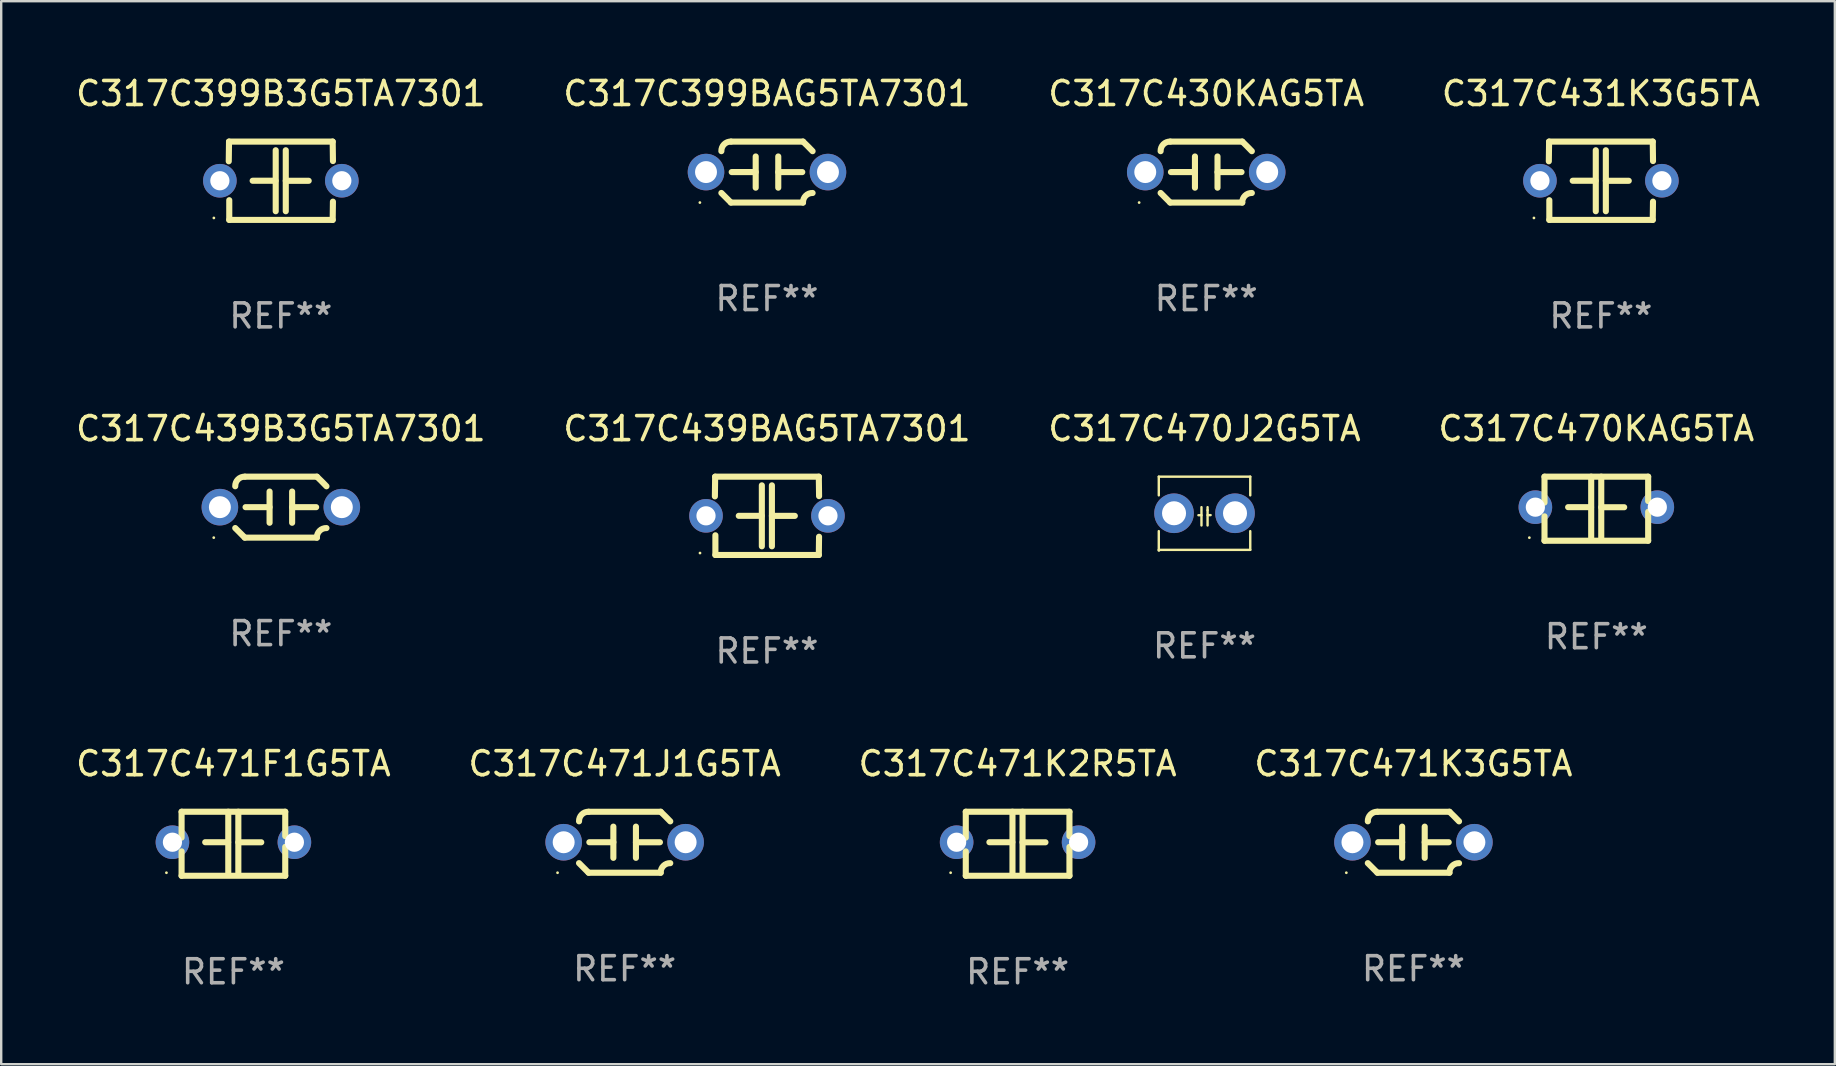
<source format=kicad_pcb>
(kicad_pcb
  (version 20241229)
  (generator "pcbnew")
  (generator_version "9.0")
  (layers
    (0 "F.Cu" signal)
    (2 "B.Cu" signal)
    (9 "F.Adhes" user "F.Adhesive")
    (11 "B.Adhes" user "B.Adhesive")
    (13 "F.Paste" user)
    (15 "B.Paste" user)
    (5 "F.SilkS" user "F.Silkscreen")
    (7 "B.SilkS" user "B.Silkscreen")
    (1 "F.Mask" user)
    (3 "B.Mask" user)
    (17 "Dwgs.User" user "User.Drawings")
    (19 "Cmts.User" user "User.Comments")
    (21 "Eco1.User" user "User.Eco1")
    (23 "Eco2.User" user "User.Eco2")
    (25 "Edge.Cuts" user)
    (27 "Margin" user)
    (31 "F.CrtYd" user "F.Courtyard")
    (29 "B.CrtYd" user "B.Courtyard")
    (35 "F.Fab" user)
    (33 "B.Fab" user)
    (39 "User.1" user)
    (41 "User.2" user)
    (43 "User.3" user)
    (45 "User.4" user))
  (footprint "C317C471J1G5TA"
    (layer "F.Cu")
    (at 22.97 32.034)
    (property "Reference" "C317C471J1G5TA" (at 0 -3.27 0) (layer "F.SilkS") (effects (font (size 1 1) (thickness 0.15))))
    (attr through_hole)
    (fp_line (start -1.5 -1.27) (end 1.5 -1.27) (stroke (width 0.254) (type solid)) (layer "F.SilkS"))
    (fp_line (start -0.47 -0.65) (end -0.47 0.65) (stroke (width 0.254) (type solid)) (layer "F.SilkS"))
    (fp_line (start -0.47 -0.000381) (end -1.47 -0.000381) (stroke (width 0.254) (type solid)) (layer "F.SilkS"))
    (fp_line (start 0.47 0.000356) (end 1.47 0.000356) (stroke (width 0.254) (type solid)) (layer "F.SilkS"))
    (fp_line (start 0.47 0.65) (end 0.47 -0.65) (stroke (width 0.254) (type solid)) (layer "F.SilkS"))
    (fp_line (start 1.5 1.27) (end -1.5 1.27) (stroke (width 0.254) (type solid)) (layer "F.SilkS"))
    (fp_arc (start -1.899924 -0.871221) (mid -1.78599 -1.156887) (end -1.5 -1.270003) (stroke (width 0.254001) (type solid)) (layer "F.SilkS"))
    (fp_arc (start -1.501217 1.269929) (mid -1.700682 1.070039) (end -1.9 0.870003) (stroke (width 0.254001) (type solid)) (layer "F.SilkS"))
    (fp_arc (start 1.5 1.270003) (mid 1.614112 0.984517) (end 1.899923 0.871222) (stroke (width 0.254001) (type solid)) (layer "F.SilkS"))
    (fp_arc (start 1.501219 -1.269927) (mid 1.70319 -1.072538) (end 1.9 -0.870003) (stroke (width 0.254001) (type solid)) (layer "F.SilkS"))
    (fp_circle (center -2.795 1.27) (end -2.765 1.27) (stroke (width 0.06) (type solid)) (fill no) (layer "F.SilkS"))
    (fp_text user "REF**" (at 0 5.27 0) (layer "F.Fab") (effects (font (size 1 1) (thickness 0.15))))
    (pad "1" thru_hole circle (at -2.54 0) (size 1.524 1.524) (drill 0.914) (layers "*.Cu" "*.Mask"))
    (pad "2" thru_hole circle (at 2.54 0) (size 1.524 1.524) (drill 0.914) (layers "*.Cu" "*.Mask")))
  (footprint "C317C399BAG5TA7301"
    (layer "F.Cu")
    (at 28.899 4.118)
    (property "Reference" "C317C399BAG5TA7301" (at 0 -3.27 0) (layer "F.SilkS") (effects (font (size 1 1) (thickness 0.15))))
    (attr through_hole)
    (fp_line (start -1.5 -1.27) (end 1.5 -1.27) (stroke (width 0.254) (type solid)) (layer "F.SilkS"))
    (fp_line (start -0.47 -0.65) (end -0.47 0.65) (stroke (width 0.254) (type solid)) (layer "F.SilkS"))
    (fp_line (start -0.47 -0.000381) (end -1.47 -0.000381) (stroke (width 0.254) (type solid)) (layer "F.SilkS"))
    (fp_line (start 0.47 0.000356) (end 1.47 0.000356) (stroke (width 0.254) (type solid)) (layer "F.SilkS"))
    (fp_line (start 0.47 0.65) (end 0.47 -0.65) (stroke (width 0.254) (type solid)) (layer "F.SilkS"))
    (fp_line (start 1.5 1.27) (end -1.5 1.27) (stroke (width 0.254) (type solid)) (layer "F.SilkS"))
    (fp_arc (start -1.899924 -0.871221) (mid -1.78599 -1.156887) (end -1.5 -1.270003) (stroke (width 0.254001) (type solid)) (layer "F.SilkS"))
    (fp_arc (start -1.501217 1.269929) (mid -1.700682 1.070039) (end -1.9 0.870003) (stroke (width 0.254001) (type solid)) (layer "F.SilkS"))
    (fp_arc (start 1.5 1.270003) (mid 1.614112 0.984517) (end 1.899923 0.871222) (stroke (width 0.254001) (type solid)) (layer "F.SilkS"))
    (fp_arc (start 1.501219 -1.269927) (mid 1.70319 -1.072538) (end 1.9 -0.870003) (stroke (width 0.254001) (type solid)) (layer "F.SilkS"))
    (fp_circle (center -2.795 1.27) (end -2.765 1.27) (stroke (width 0.06) (type solid)) (fill no) (layer "F.SilkS"))
    (fp_text user "REF**" (at 0 5.27 0) (layer "F.Fab") (effects (font (size 1 1) (thickness 0.15))))
    (pad "1" thru_hole circle (at -2.54 0) (size 1.524 1.524) (drill 0.914) (layers "*.Cu" "*.Mask"))
    (pad "2" thru_hole circle (at 2.54 0) (size 1.524 1.524) (drill 0.914) (layers "*.Cu" "*.Mask")))
  (footprint "C317C470J2G5TA"
    (layer "F.Cu")
    (at 47.125 18.33)
    (property "Reference" "C317C470J2G5TA" (at 0 -3.524 0) (layer "F.SilkS") (effects (font (size 1 1) (thickness 0.15))))
    (attr through_hole)
    (fp_line (start -1.905 -1.524) (end -1.905 -0.745) (stroke (width 0.1) (type solid)) (layer "F.SilkS"))
    (fp_line (start -1.905 0.745) (end -1.905 1.524) (stroke (width 0.1) (type solid)) (layer "F.SilkS"))
    (fp_line (start -1.905 1.524) (end 1.905 1.524) (stroke (width 0.1) (type solid)) (layer "F.SilkS"))
    (fp_line (start -0.127 -0.254) (end -0.127 0.508) (stroke (width 0.1) (type solid)) (layer "F.SilkS"))
    (fp_line (start -0.127 0.082) (end -0.254 0.082) (stroke (width 0.1) (type solid)) (layer "F.SilkS"))
    (fp_line (start 0.127 -0.127) (end 0.127 -0.254) (stroke (width 0.1) (type solid)) (layer "F.SilkS"))
    (fp_line (start 0.127 -0.127) (end 0.127 0.508) (stroke (width 0.1) (type solid)) (layer "F.SilkS"))
    (fp_line (start 0.127 0.077) (end 0.254 0.077) (stroke (width 0.1) (type solid)) (layer "F.SilkS"))
    (fp_line (start 1.905 -1.524) (end -1.905 -1.524) (stroke (width 0.1) (type solid)) (layer "F.SilkS"))
    (fp_line (start 1.905 -0.745) (end 1.905 -1.524) (stroke (width 0.1) (type solid)) (layer "F.SilkS"))
    (fp_line (start 1.905 1.524) (end 1.905 0.745) (stroke (width 0.1) (type solid)) (layer "F.SilkS"))
    (fp_circle (center -1.9 1.55) (end -1.87 1.55) (stroke (width 0.06) (type solid)) (fill no) (layer "F.SilkS"))
    (fp_text user "REF**" (at 0 5.524 0) (layer "F.Fab") (effects (font (size 1 1) (thickness 0.15))))
    (pad "1" thru_hole circle (at -1.27 0) (size 1.65 1.65) (drill 1) (layers "*.Cu" "*.Mask"))
    (pad "2" thru_hole circle (at 1.27 0) (size 1.65 1.65) (drill 1) (layers "*.Cu" "*.Mask")))
  (footprint "C317C471F1G5TA"
    (layer "F.Cu")
    (at 6.673 32.097)
    (property "Reference" "C317C471F1G5TA" (at 0 -3.334 0) (layer "F.SilkS") (effects (font (size 1 1) (thickness 0.15))))
    (attr through_hole)
    (fp_line (start -2.159 -1.334) (end 2.159 -1.334) (stroke (width 0.254) (type solid)) (layer "F.SilkS"))
    (fp_line (start -2.159 -0.256) (end -2.159 -1.334) (stroke (width 0.254) (type solid)) (layer "F.SilkS"))
    (fp_line (start -2.159 1.334) (end -2.159 0.318) (stroke (width 0.254) (type solid)) (layer "F.SilkS"))
    (fp_line (start -0.22 -0.064) (end -1.175 -0.064) (stroke (width 0.254) (type solid)) (layer "F.SilkS"))
    (fp_line (start -0.214 -1.334) (end -0.214 1.207) (stroke (width 0.254) (type solid)) (layer "F.SilkS"))
    (fp_line (start 0.205 -1.334) (end 0.205 1.207) (stroke (width 0.254) (type solid)) (layer "F.SilkS"))
    (fp_line (start 0.205 -0.061) (end 1.16 -0.061) (stroke (width 0.254) (type solid)) (layer "F.SilkS"))
    (fp_line (start 2.159 -1.334) (end 2.159 -0.318) (stroke (width 0.254) (type solid)) (layer "F.SilkS"))
    (fp_line (start 2.159 0.129) (end 2.159 1.334) (stroke (width 0.254) (type solid)) (layer "F.SilkS"))
    (fp_line (start 2.159 1.334) (end -2.159 1.334) (stroke (width 0.254) (type solid)) (layer "F.SilkS"))
    (fp_circle (center -2.79 1.207) (end -2.76 1.207) (stroke (width 0.06) (type solid)) (fill no) (layer "F.SilkS"))
    (fp_text user "REF**" (at 0 5.334 0) (layer "F.Fab") (effects (font (size 1 1) (thickness 0.15))))
    (pad "1" thru_hole circle (at -2.54 -0.064) (size 1.4 1.4) (drill 0.8) (layers "*.Cu" "*.Mask"))
    (pad "2" thru_hole circle (at 2.54 -0.064) (size 1.4 1.4) (drill 0.8) (layers "*.Cu" "*.Mask")))
  (footprint "C317C430KAG5TA"
    (layer "F.Cu")
    (at 47.196 4.118)
    (property "Reference" "C317C430KAG5TA" (at 0 -3.27 0) (layer "F.SilkS") (effects (font (size 1 1) (thickness 0.15))))
    (attr through_hole)
    (fp_line (start -1.5 -1.27) (end 1.5 -1.27) (stroke (width 0.254) (type solid)) (layer "F.SilkS"))
    (fp_line (start -0.47 -0.65) (end -0.47 0.65) (stroke (width 0.254) (type solid)) (layer "F.SilkS"))
    (fp_line (start -0.47 -0.000381) (end -1.47 -0.000381) (stroke (width 0.254) (type solid)) (layer "F.SilkS"))
    (fp_line (start 0.47 0.000356) (end 1.47 0.000356) (stroke (width 0.254) (type solid)) (layer "F.SilkS"))
    (fp_line (start 0.47 0.65) (end 0.47 -0.65) (stroke (width 0.254) (type solid)) (layer "F.SilkS"))
    (fp_line (start 1.5 1.27) (end -1.5 1.27) (stroke (width 0.254) (type solid)) (layer "F.SilkS"))
    (fp_arc (start -1.899924 -0.871221) (mid -1.78599 -1.156887) (end -1.5 -1.270003) (stroke (width 0.254001) (type solid)) (layer "F.SilkS"))
    (fp_arc (start -1.501217 1.269929) (mid -1.700682 1.070039) (end -1.9 0.870003) (stroke (width 0.254001) (type solid)) (layer "F.SilkS"))
    (fp_arc (start 1.5 1.270003) (mid 1.614112 0.984517) (end 1.899923 0.871222) (stroke (width 0.254001) (type solid)) (layer "F.SilkS"))
    (fp_arc (start 1.501219 -1.269927) (mid 1.70319 -1.072538) (end 1.9 -0.870003) (stroke (width 0.254001) (type solid)) (layer "F.SilkS"))
    (fp_circle (center -2.795 1.27) (end -2.765 1.27) (stroke (width 0.06) (type solid)) (fill no) (layer "F.SilkS"))
    (fp_text user "REF**" (at 0 5.27 0) (layer "F.Fab") (effects (font (size 1 1) (thickness 0.15))))
    (pad "1" thru_hole circle (at -2.54 0) (size 1.524 1.524) (drill 0.914) (layers "*.Cu" "*.Mask"))
    (pad "2" thru_hole circle (at 2.54 0) (size 1.524 1.524) (drill 0.914) (layers "*.Cu" "*.Mask")))
  (footprint "C317C471K3G5TA"
    (layer "F.Cu")
    (at 55.827 32.034)
    (property "Reference" "C317C471K3G5TA" (at 0 -3.27 0) (layer "F.SilkS") (effects (font (size 1 1) (thickness 0.15))))
    (attr through_hole)
    (fp_line (start -1.5 -1.27) (end 1.5 -1.27) (stroke (width 0.254) (type solid)) (layer "F.SilkS"))
    (fp_line (start -0.47 -0.65) (end -0.47 0.65) (stroke (width 0.254) (type solid)) (layer "F.SilkS"))
    (fp_line (start -0.47 -0.000381) (end -1.47 -0.000381) (stroke (width 0.254) (type solid)) (layer "F.SilkS"))
    (fp_line (start 0.47 0.000356) (end 1.47 0.000356) (stroke (width 0.254) (type solid)) (layer "F.SilkS"))
    (fp_line (start 0.47 0.65) (end 0.47 -0.65) (stroke (width 0.254) (type solid)) (layer "F.SilkS"))
    (fp_line (start 1.5 1.27) (end -1.5 1.27) (stroke (width 0.254) (type solid)) (layer "F.SilkS"))
    (fp_arc (start -1.899924 -0.871221) (mid -1.78599 -1.156887) (end -1.5 -1.270003) (stroke (width 0.254001) (type solid)) (layer "F.SilkS"))
    (fp_arc (start -1.501217 1.269929) (mid -1.700682 1.070039) (end -1.9 0.870003) (stroke (width 0.254001) (type solid)) (layer "F.SilkS"))
    (fp_arc (start 1.5 1.270003) (mid 1.614112 0.984517) (end 1.899923 0.871222) (stroke (width 0.254001) (type solid)) (layer "F.SilkS"))
    (fp_arc (start 1.501219 -1.269927) (mid 1.70319 -1.072538) (end 1.9 -0.870003) (stroke (width 0.254001) (type solid)) (layer "F.SilkS"))
    (fp_circle (center -2.795 1.27) (end -2.765 1.27) (stroke (width 0.06) (type solid)) (fill no) (layer "F.SilkS"))
    (fp_text user "REF**" (at 0 5.27 0) (layer "F.Fab") (effects (font (size 1 1) (thickness 0.15))))
    (pad "1" thru_hole circle (at -2.54 0) (size 1.524 1.524) (drill 0.914) (layers "*.Cu" "*.Mask"))
    (pad "2" thru_hole circle (at 2.54 0) (size 1.524 1.524) (drill 0.914) (layers "*.Cu" "*.Mask")))
  (footprint "C317C431K3G5TA"
    (layer "F.Cu")
    (at 63.637 4.479)
    (property "Reference" "C317C431K3G5TA" (at 0 -3.631 0) (layer "F.SilkS") (effects (font (size 1 1) (thickness 0.15))))
    (attr through_hole)
    (fp_line (start -2.17 -0.81) (end -2.159 -1.631) (stroke (width 0.254) (type solid)) (layer "F.SilkS"))
    (fp_line (start -2.159 -1.631) (end 2.159 -1.631) (stroke (width 0.254) (type solid)) (layer "F.SilkS"))
    (fp_line (start -2.149 1.631) (end -2.149 0.81) (stroke (width 0.254) (type solid)) (layer "F.SilkS"))
    (fp_line (start -0.22 0) (end -1.175 0) (stroke (width 0.254) (type solid)) (layer "F.SilkS"))
    (fp_line (start -0.214 -1.27) (end -0.214 1.27) (stroke (width 0.254) (type solid)) (layer "F.SilkS"))
    (fp_line (start 0.205 -1.27) (end 0.205 1.27) (stroke (width 0.254) (type solid)) (layer "F.SilkS"))
    (fp_line (start 0.205 0.002) (end 1.16 0.002) (stroke (width 0.254) (type solid)) (layer "F.SilkS"))
    (fp_line (start 2.159 -1.631) (end 2.17 -0.82) (stroke (width 0.254) (type solid)) (layer "F.SilkS"))
    (fp_line (start 2.159 1.631) (end -2.149 1.631) (stroke (width 0.254) (type solid)) (layer "F.SilkS"))
    (fp_line (start 2.169 0.871) (end 2.159 1.631) (stroke (width 0.254) (type solid)) (layer "F.SilkS"))
    (fp_circle (center -2.79 1.55) (end -2.76 1.55) (stroke (width 0.06) (type solid)) (fill no) (layer "F.SilkS"))
    (fp_text user "REF**" (at 0 5.631 0) (layer "F.Fab") (effects (font (size 1 1) (thickness 0.15))))
    (pad "1" thru_hole circle (at -2.54 0) (size 1.4 1.4) (drill 0.8) (layers "*.Cu" "*.Mask"))
    (pad "2" thru_hole circle (at 2.54 0) (size 1.4 1.4) (drill 0.8) (layers "*.Cu" "*.Mask")))
  (footprint "C317C439B3G5TA7301"
    (layer "F.Cu")
    (at 8.649 18.076)
    (property "Reference" "C317C439B3G5TA7301" (at 0 -3.27 0) (layer "F.SilkS") (effects (font (size 1 1) (thickness 0.15))))
    (attr through_hole)
    (fp_line (start -1.5 -1.27) (end 1.5 -1.27) (stroke (width 0.254) (type solid)) (layer "F.SilkS"))
    (fp_line (start -0.47 -0.65) (end -0.47 0.65) (stroke (width 0.254) (type solid)) (layer "F.SilkS"))
    (fp_line (start -0.47 -0.000381) (end -1.47 -0.000381) (stroke (width 0.254) (type solid)) (layer "F.SilkS"))
    (fp_line (start 0.47 0.000356) (end 1.47 0.000356) (stroke (width 0.254) (type solid)) (layer "F.SilkS"))
    (fp_line (start 0.47 0.65) (end 0.47 -0.65) (stroke (width 0.254) (type solid)) (layer "F.SilkS"))
    (fp_line (start 1.5 1.27) (end -1.5 1.27) (stroke (width 0.254) (type solid)) (layer "F.SilkS"))
    (fp_arc (start -1.899924 -0.871221) (mid -1.78599 -1.156887) (end -1.5 -1.270003) (stroke (width 0.254001) (type solid)) (layer "F.SilkS"))
    (fp_arc (start -1.501217 1.269929) (mid -1.700682 1.070039) (end -1.9 0.870003) (stroke (width 0.254001) (type solid)) (layer "F.SilkS"))
    (fp_arc (start 1.5 1.270003) (mid 1.614112 0.984517) (end 1.899923 0.871222) (stroke (width 0.254001) (type solid)) (layer "F.SilkS"))
    (fp_arc (start 1.501219 -1.269927) (mid 1.70319 -1.072538) (end 1.9 -0.870003) (stroke (width 0.254001) (type solid)) (layer "F.SilkS"))
    (fp_circle (center -2.795 1.27) (end -2.765 1.27) (stroke (width 0.06) (type solid)) (fill no) (layer "F.SilkS"))
    (fp_text user "REF**" (at 0 5.27 0) (layer "F.Fab") (effects (font (size 1 1) (thickness 0.15))))
    (pad "1" thru_hole circle (at -2.54 0) (size 1.524 1.524) (drill 0.914) (layers "*.Cu" "*.Mask"))
    (pad "2" thru_hole circle (at 2.54 0) (size 1.524 1.524) (drill 0.914) (layers "*.Cu" "*.Mask")))
  (footprint "C317C471K2R5TA"
    (layer "F.Cu")
    (at 39.339 32.097)
    (property "Reference" "C317C471K2R5TA" (at 0 -3.334 0) (layer "F.SilkS") (effects (font (size 1 1) (thickness 0.15))))
    (attr through_hole)
    (fp_line (start -2.159 -1.334) (end 2.159 -1.334) (stroke (width 0.254) (type solid)) (layer "F.SilkS"))
    (fp_line (start -2.159 -0.256) (end -2.159 -1.334) (stroke (width 0.254) (type solid)) (layer "F.SilkS"))
    (fp_line (start -2.159 1.334) (end -2.159 0.318) (stroke (width 0.254) (type solid)) (layer "F.SilkS"))
    (fp_line (start -0.22 -0.064) (end -1.175 -0.064) (stroke (width 0.254) (type solid)) (layer "F.SilkS"))
    (fp_line (start -0.214 -1.334) (end -0.214 1.207) (stroke (width 0.254) (type solid)) (layer "F.SilkS"))
    (fp_line (start 0.205 -1.334) (end 0.205 1.207) (stroke (width 0.254) (type solid)) (layer "F.SilkS"))
    (fp_line (start 0.205 -0.061) (end 1.16 -0.061) (stroke (width 0.254) (type solid)) (layer "F.SilkS"))
    (fp_line (start 2.159 -1.334) (end 2.159 -0.318) (stroke (width 0.254) (type solid)) (layer "F.SilkS"))
    (fp_line (start 2.159 0.129) (end 2.159 1.334) (stroke (width 0.254) (type solid)) (layer "F.SilkS"))
    (fp_line (start 2.159 1.334) (end -2.159 1.334) (stroke (width 0.254) (type solid)) (layer "F.SilkS"))
    (fp_circle (center -2.79 1.207) (end -2.76 1.207) (stroke (width 0.06) (type solid)) (fill no) (layer "F.SilkS"))
    (fp_text user "REF**" (at 0 5.334 0) (layer "F.Fab") (effects (font (size 1 1) (thickness 0.15))))
    (pad "1" thru_hole circle (at -2.54 -0.064) (size 1.4 1.4) (drill 0.8) (layers "*.Cu" "*.Mask"))
    (pad "2" thru_hole circle (at 2.54 -0.064) (size 1.4 1.4) (drill 0.8) (layers "*.Cu" "*.Mask")))
  (footprint "C317C439BAG5TA7301"
    (layer "F.Cu")
    (at 28.899 18.437)
    (property "Reference" "C317C439BAG5TA7301" (at 0 -3.631 0) (layer "F.SilkS") (effects (font (size 1 1) (thickness 0.15))))
    (attr through_hole)
    (fp_line (start -2.17 -0.81) (end -2.159 -1.631) (stroke (width 0.254) (type solid)) (layer "F.SilkS"))
    (fp_line (start -2.159 -1.631) (end 2.159 -1.631) (stroke (width 0.254) (type solid)) (layer "F.SilkS"))
    (fp_line (start -2.149 1.631) (end -2.149 0.81) (stroke (width 0.254) (type solid)) (layer "F.SilkS"))
    (fp_line (start -0.22 0) (end -1.175 0) (stroke (width 0.254) (type solid)) (layer "F.SilkS"))
    (fp_line (start -0.214 -1.27) (end -0.214 1.27) (stroke (width 0.254) (type solid)) (layer "F.SilkS"))
    (fp_line (start 0.205 -1.27) (end 0.205 1.27) (stroke (width 0.254) (type solid)) (layer "F.SilkS"))
    (fp_line (start 0.205 0.002) (end 1.16 0.002) (stroke (width 0.254) (type solid)) (layer "F.SilkS"))
    (fp_line (start 2.159 -1.631) (end 2.17 -0.82) (stroke (width 0.254) (type solid)) (layer "F.SilkS"))
    (fp_line (start 2.159 1.631) (end -2.149 1.631) (stroke (width 0.254) (type solid)) (layer "F.SilkS"))
    (fp_line (start 2.169 0.871) (end 2.159 1.631) (stroke (width 0.254) (type solid)) (layer "F.SilkS"))
    (fp_circle (center -2.79 1.55) (end -2.76 1.55) (stroke (width 0.06) (type solid)) (fill no) (layer "F.SilkS"))
    (fp_text user "REF**" (at 0 5.631 0) (layer "F.Fab") (effects (font (size 1 1) (thickness 0.15))))
    (pad "1" thru_hole circle (at -2.54 0) (size 1.4 1.4) (drill 0.8) (layers "*.Cu" "*.Mask"))
    (pad "2" thru_hole circle (at 2.54 0) (size 1.4 1.4) (drill 0.8) (layers "*.Cu" "*.Mask")))
  (footprint "C317C399B3G5TA7301"
    (layer "F.Cu")
    (at 8.649 4.479)
    (property "Reference" "C317C399B3G5TA7301" (at 0 -3.631 0) (layer "F.SilkS") (effects (font (size 1 1) (thickness 0.15))))
    (attr through_hole)
    (fp_line (start -2.17 -0.81) (end -2.159 -1.631) (stroke (width 0.254) (type solid)) (layer "F.SilkS"))
    (fp_line (start -2.159 -1.631) (end 2.159 -1.631) (stroke (width 0.254) (type solid)) (layer "F.SilkS"))
    (fp_line (start -2.149 1.631) (end -2.149 0.81) (stroke (width 0.254) (type solid)) (layer "F.SilkS"))
    (fp_line (start -0.22 0) (end -1.175 0) (stroke (width 0.254) (type solid)) (layer "F.SilkS"))
    (fp_line (start -0.214 -1.27) (end -0.214 1.27) (stroke (width 0.254) (type solid)) (layer "F.SilkS"))
    (fp_line (start 0.205 -1.27) (end 0.205 1.27) (stroke (width 0.254) (type solid)) (layer "F.SilkS"))
    (fp_line (start 0.205 0.002) (end 1.16 0.002) (stroke (width 0.254) (type solid)) (layer "F.SilkS"))
    (fp_line (start 2.159 -1.631) (end 2.17 -0.82) (stroke (width 0.254) (type solid)) (layer "F.SilkS"))
    (fp_line (start 2.159 1.631) (end -2.149 1.631) (stroke (width 0.254) (type solid)) (layer "F.SilkS"))
    (fp_line (start 2.169 0.871) (end 2.159 1.631) (stroke (width 0.254) (type solid)) (layer "F.SilkS"))
    (fp_circle (center -2.79 1.55) (end -2.76 1.55) (stroke (width 0.06) (type solid)) (fill no) (layer "F.SilkS"))
    (fp_text user "REF**" (at 0 5.631 0) (layer "F.Fab") (effects (font (size 1 1) (thickness 0.15))))
    (pad "1" thru_hole circle (at -2.54 0) (size 1.4 1.4) (drill 0.8) (layers "*.Cu" "*.Mask"))
    (pad "2" thru_hole circle (at 2.54 0) (size 1.4 1.4) (drill 0.8) (layers "*.Cu" "*.Mask")))
  (footprint "C317C470KAG5TA"
    (layer "F.Cu")
    (at 63.446 18.14)
    (property "Reference" "C317C470KAG5TA" (at 0 -3.334 0) (layer "F.SilkS") (effects (font (size 1 1) (thickness 0.15))))
    (attr through_hole)
    (fp_line (start -2.159 -1.334) (end 2.159 -1.334) (stroke (width 0.254) (type solid)) (layer "F.SilkS"))
    (fp_line (start -2.159 -0.256) (end -2.159 -1.334) (stroke (width 0.254) (type solid)) (layer "F.SilkS"))
    (fp_line (start -2.159 1.334) (end -2.159 0.318) (stroke (width 0.254) (type solid)) (layer "F.SilkS"))
    (fp_line (start -0.22 -0.064) (end -1.175 -0.064) (stroke (width 0.254) (type solid)) (layer "F.SilkS"))
    (fp_line (start -0.214 -1.334) (end -0.214 1.207) (stroke (width 0.254) (type solid)) (layer "F.SilkS"))
    (fp_line (start 0.205 -1.334) (end 0.205 1.207) (stroke (width 0.254) (type solid)) (layer "F.SilkS"))
    (fp_line (start 0.205 -0.061) (end 1.16 -0.061) (stroke (width 0.254) (type solid)) (layer "F.SilkS"))
    (fp_line (start 2.159 -1.334) (end 2.159 -0.318) (stroke (width 0.254) (type solid)) (layer "F.SilkS"))
    (fp_line (start 2.159 0.129) (end 2.159 1.334) (stroke (width 0.254) (type solid)) (layer "F.SilkS"))
    (fp_line (start 2.159 1.334) (end -2.159 1.334) (stroke (width 0.254) (type solid)) (layer "F.SilkS"))
    (fp_circle (center -2.79 1.207) (end -2.76 1.207) (stroke (width 0.06) (type solid)) (fill no) (layer "F.SilkS"))
    (fp_text user "REF**" (at 0 5.334 0) (layer "F.Fab") (effects (font (size 1 1) (thickness 0.15))))
    (pad "1" thru_hole circle (at -2.54 -0.064) (size 1.4 1.4) (drill 0.8) (layers "*.Cu" "*.Mask"))
    (pad "2" thru_hole circle (at 2.54 -0.064) (size 1.4 1.4) (drill 0.8) (layers "*.Cu" "*.Mask")))
  (gr_rect
    (start -3 -3)
    (end 73.381 41.279)
    (stroke (width 0.1) (type default))
    (fill no)
    (layer "Edge.Cuts")))
</source>
